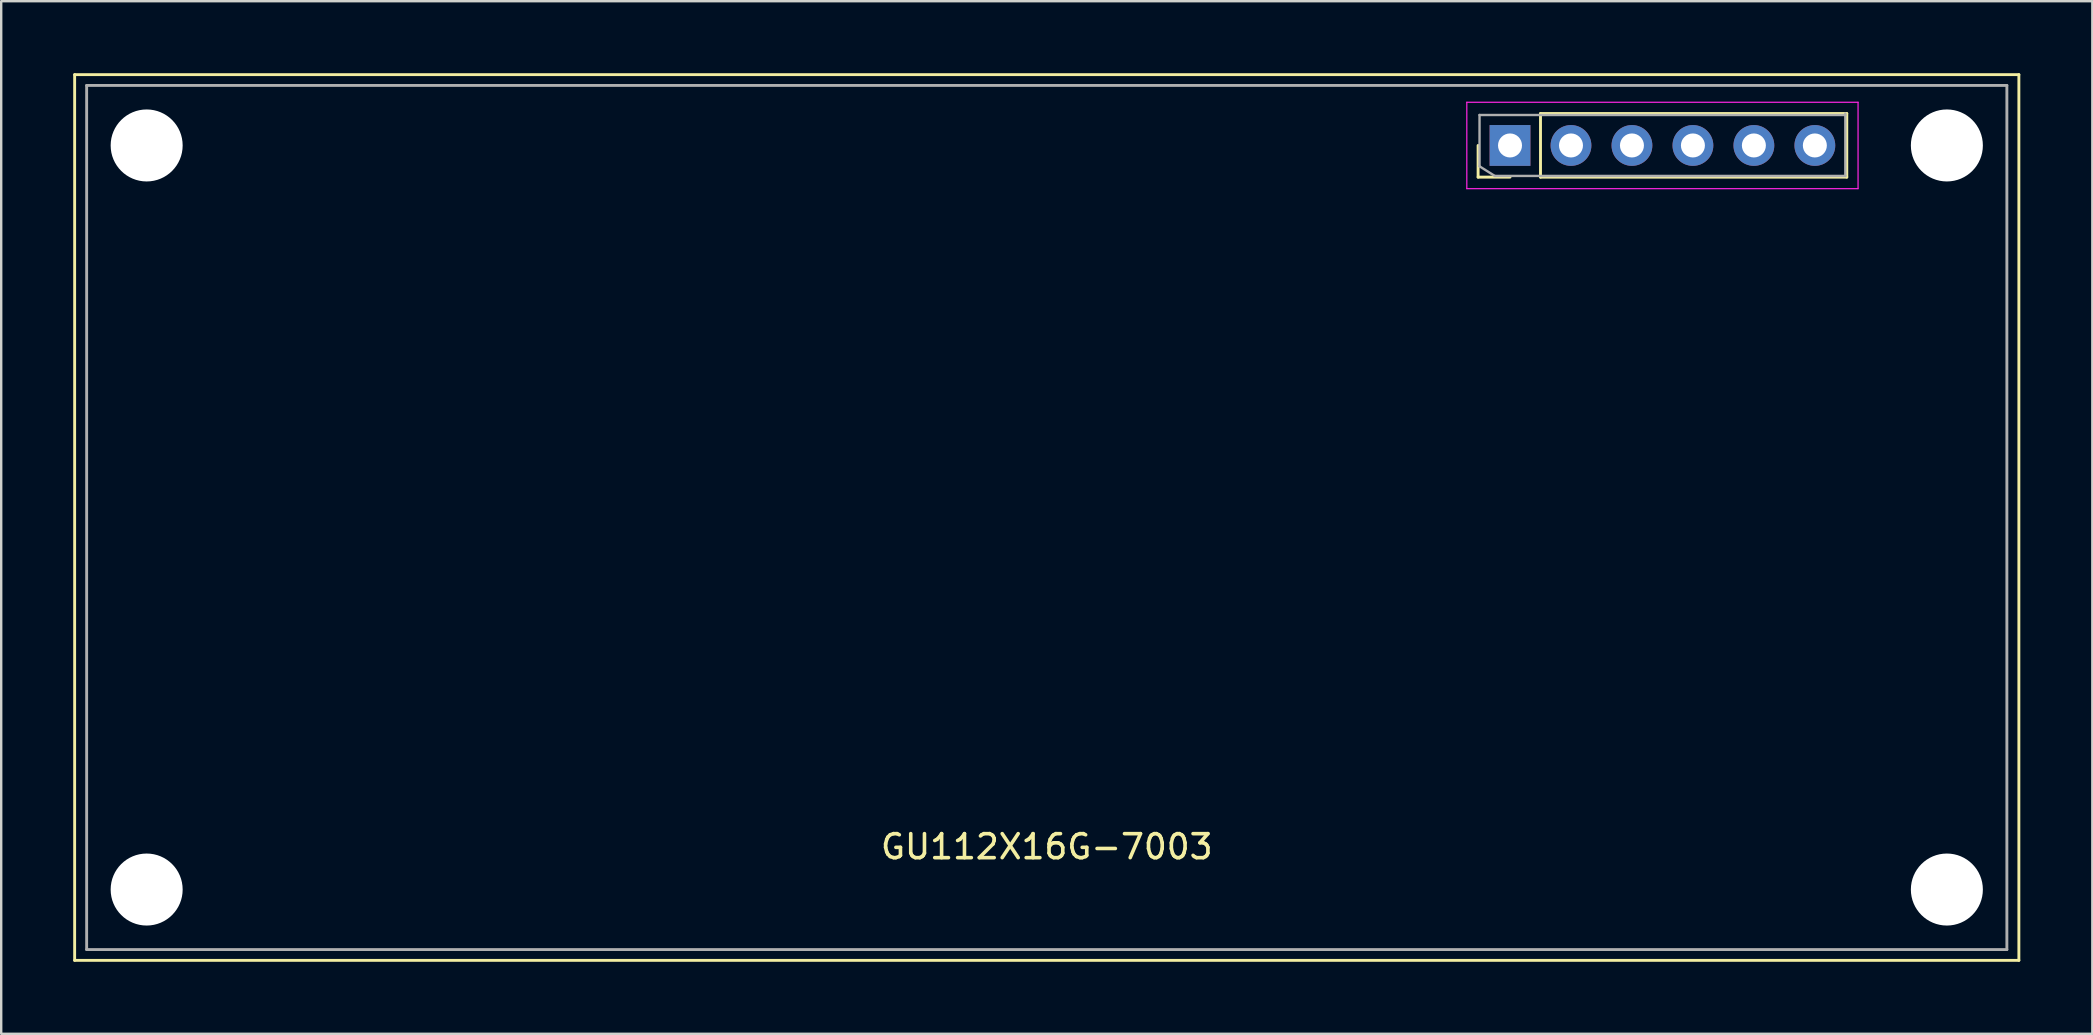
<source format=kicad_pcb>
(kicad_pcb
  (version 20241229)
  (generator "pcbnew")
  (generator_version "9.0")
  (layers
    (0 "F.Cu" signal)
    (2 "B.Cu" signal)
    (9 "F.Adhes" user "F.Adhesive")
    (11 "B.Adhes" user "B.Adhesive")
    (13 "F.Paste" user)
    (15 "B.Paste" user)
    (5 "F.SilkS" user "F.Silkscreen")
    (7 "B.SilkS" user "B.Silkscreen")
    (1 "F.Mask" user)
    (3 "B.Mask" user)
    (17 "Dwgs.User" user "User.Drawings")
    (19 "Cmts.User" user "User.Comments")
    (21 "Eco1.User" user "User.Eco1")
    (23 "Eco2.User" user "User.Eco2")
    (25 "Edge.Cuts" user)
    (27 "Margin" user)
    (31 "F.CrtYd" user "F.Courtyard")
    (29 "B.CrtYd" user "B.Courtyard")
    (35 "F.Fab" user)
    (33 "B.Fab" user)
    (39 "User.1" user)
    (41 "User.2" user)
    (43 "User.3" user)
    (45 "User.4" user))
  (footprint "GU112X16G-7003"
    (layer "F.Cu")
    (at 40.56 18.51)
    (property "Reference" "GU112X16G-7003" (at 0 13.716 0) (layer "F.SilkS") (effects (font (size 1 1) (thickness 0.15))))
    (attr through_hole)
    (fp_line (start -40.5 -18.45) (end 40.5 -18.45) (stroke (width 0.12) (type solid)) (layer "F.SilkS"))
    (fp_line (start -40.5 18.45) (end -40.5 -18.45) (stroke (width 0.12) (type solid)) (layer "F.SilkS"))
    (fp_line (start 17.97 -14.18) (end 17.97 -15.5) (stroke (width 0.12) (type solid)) (layer "F.SilkS"))
    (fp_line (start 19.3 -14.18) (end 17.97 -14.18) (stroke (width 0.12) (type solid)) (layer "F.SilkS"))
    (fp_line (start 20.57 -16.83) (end 33.33 -16.83) (stroke (width 0.12) (type solid)) (layer "F.SilkS"))
    (fp_line (start 20.57 -14.18) (end 20.57 -16.83) (stroke (width 0.12) (type solid)) (layer "F.SilkS"))
    (fp_line (start 20.57 -14.18) (end 33.33 -14.18) (stroke (width 0.12) (type solid)) (layer "F.SilkS"))
    (fp_line (start 33.33 -14.18) (end 33.33 -16.83) (stroke (width 0.12) (type solid)) (layer "F.SilkS"))
    (fp_line (start 40.5 -18.45) (end 40.5 18.45) (stroke (width 0.12) (type solid)) (layer "F.SilkS"))
    (fp_line (start 40.5 18.45) (end -40.5 18.45) (stroke (width 0.12) (type solid)) (layer "F.SilkS"))
    (fp_line (start 17.5 -17.3) (end 17.5 -13.7) (stroke (width 0.05) (type solid)) (layer "F.CrtYd"))
    (fp_line (start 17.5 -13.7) (end 33.8 -13.7) (stroke (width 0.05) (type solid)) (layer "F.CrtYd"))
    (fp_line (start 33.8 -17.3) (end 17.5 -17.3) (stroke (width 0.05) (type solid)) (layer "F.CrtYd"))
    (fp_line (start 33.8 -13.7) (end 33.8 -17.3) (stroke (width 0.05) (type solid)) (layer "F.CrtYd"))
    (fp_line (start -40 -18) (end 40 -18) (stroke (width 0.12) (type solid)) (layer "F.Fab"))
    (fp_line (start -40 18) (end -40 -18) (stroke (width 0.12) (type solid)) (layer "F.Fab"))
    (fp_line (start 18.03 -16.77) (end 33.27 -16.77) (stroke (width 0.1) (type solid)) (layer "F.Fab"))
    (fp_line (start 18.03 -14.631) (end 18.03 -16.77) (stroke (width 0.1) (type solid)) (layer "F.Fab"))
    (fp_line (start 18.665 -14.23) (end 18.03 -14.631) (stroke (width 0.1) (type solid)) (layer "F.Fab"))
    (fp_line (start 33.27 -16.83) (end 33.27 -14.23) (stroke (width 0.1) (type solid)) (layer "F.Fab"))
    (fp_line (start 33.27 -14.23) (end 18.665 -14.23) (stroke (width 0.1) (type solid)) (layer "F.Fab"))
    (fp_line (start 40 -18) (end 40 18) (stroke (width 0.12) (type solid)) (layer "F.Fab"))
    (fp_line (start 40 18) (end -40 18) (stroke (width 0.12) (type solid)) (layer "F.Fab"))
    (pad "" np_thru_hole circle (at -37.5 -15.5) (size 3 3) (drill 3) (layers "*.Cu" "*.Mask"))
    (pad "" np_thru_hole circle (at -37.5 15.5) (size 3 3) (drill 3) (layers "*.Cu" "*.Mask"))
    (pad "" np_thru_hole circle (at 37.5 -15.5) (size 3 3) (drill 3) (layers "*.Cu" "*.Mask"))
    (pad "" np_thru_hole circle (at 37.5 15.5) (size 3 3) (drill 3) (layers "*.Cu" "*.Mask"))
    (pad "1" thru_hole rect (at 19.3 -15.5 90) (size 1.7 1.7) (drill 1) (layers "*.Cu" "*.Mask"))
    (pad "2" thru_hole oval (at 21.84 -15.5 90) (size 1.7 1.7) (drill 1) (layers "*.Cu" "*.Mask"))
    (pad "3" thru_hole oval (at 24.38 -15.5 90) (size 1.7 1.7) (drill 1) (layers "*.Cu" "*.Mask"))
    (pad "4" thru_hole oval (at 26.92 -15.5 90) (size 1.7 1.7) (drill 1) (layers "*.Cu" "*.Mask"))
    (pad "5" thru_hole oval (at 29.46 -15.5 90) (size 1.7 1.7) (drill 1) (layers "*.Cu" "*.Mask"))
    (pad "6" thru_hole oval (at 32 -15.5 90) (size 1.7 1.7) (drill 1) (layers "*.Cu" "*.Mask")))
  (gr_rect
    (start -3 -3)
    (end 84.12 40.02)
    (stroke (width 0.1) (type default))
    (fill no)
    (layer "Edge.Cuts")))
</source>
